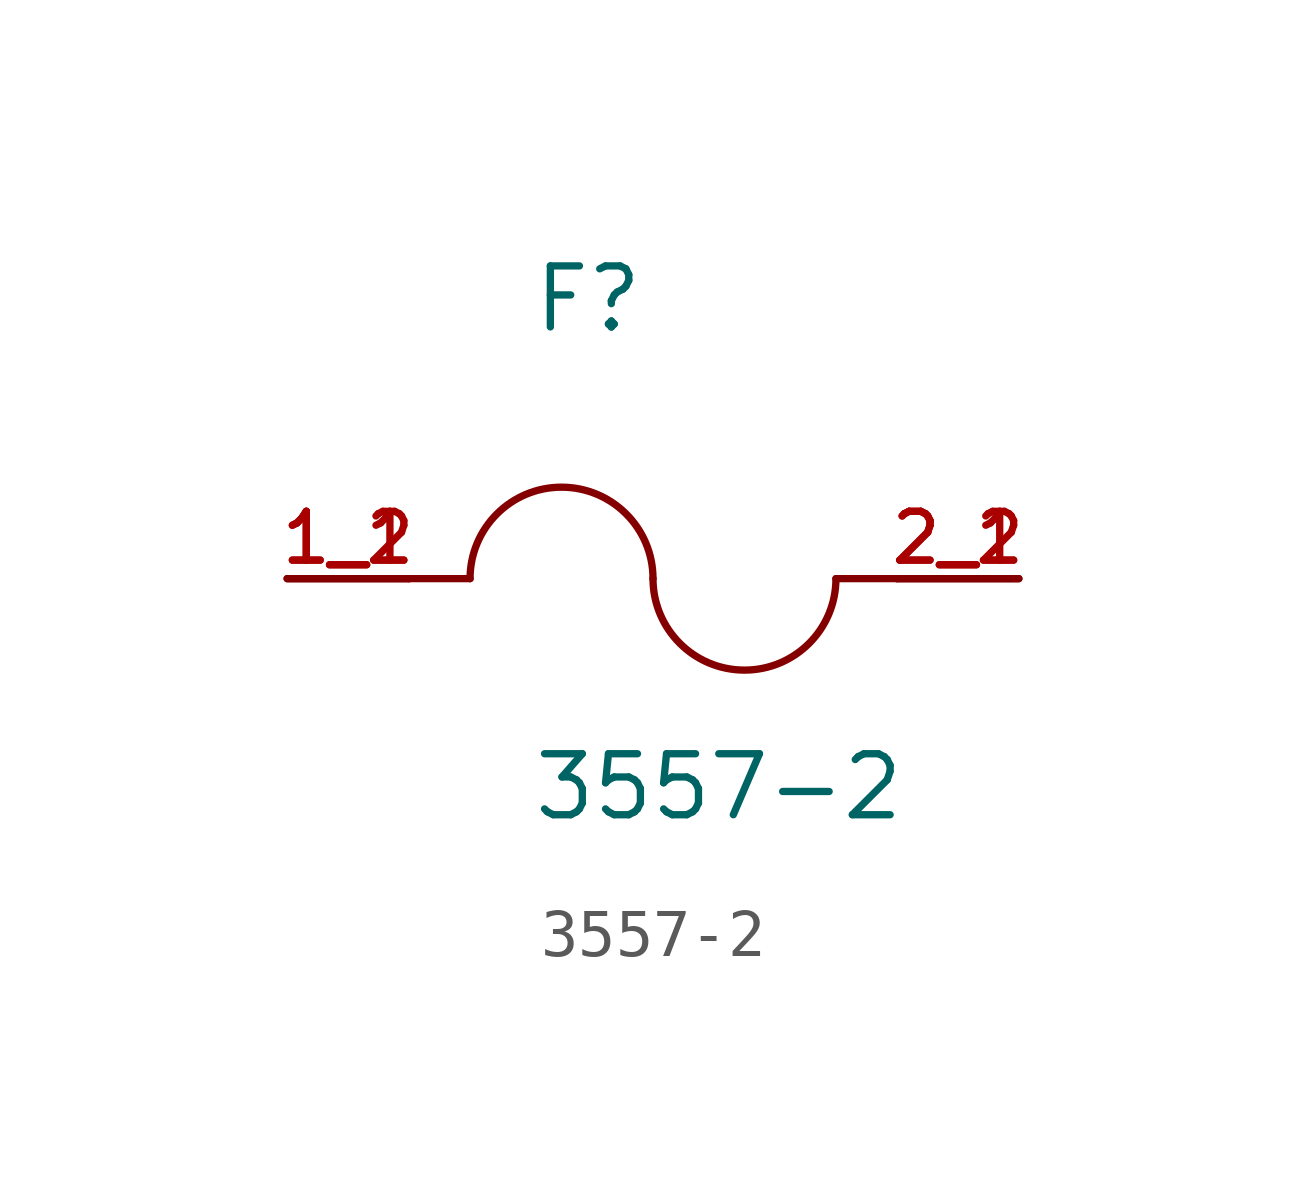
<source format=kicad_sym>
(kicad_symbol_lib
  (version 20211014)
  (generator kicad_symbol_editor)
  (symbol "3557-2"
    (pin_names
      (offset 1.016))
    (property "Reference" "F"
      (at -2.54 5.08 0)
      (effects (font (size 1.27 1.27)) (justify bottom left)))
    (property "Value" "3557-2"
      (at -2.54 -5.08 0)
      (effects (font (size 1.27 1.27)) (justify bottom left)))
    (symbol "3557-2_0_0"
      (arc (start 0.0 0.0) (mid -1.905 1.905) (end -3.81 0.0) (stroke (width 0.1524) (type default) (color 0 0 0 0)) (fill (type none)))
      (arc (start 3.81 0.0) (mid 1.905 -1.905) (end 0.0 0.0) (stroke (width 0.1524) (type default) (color 0 0 0 0)) (fill (type none)))
      (polyline (pts (xy 5.08 0.0) (xy 3.81 0.0)) (stroke (width 0.152)))
      (polyline (pts (xy -5.08 0.0) (xy -3.81 0.0)) (stroke (width 0.152)))
      (pin passive line (at -7.62 0.0 0) (length 2.54) (name "~" (effects (font (size 1.016 1.016)))) (number "1_1" (effects (font (size 1.016 1.016)))))
      (pin passive line (at -7.62 0.0 0) (length 2.54) (name "~" (effects (font (size 1.016 1.016)))) (number "1_2" (effects (font (size 1.016 1.016)))))
      (pin passive line (at 7.62 0.0 180.0) (length 2.54) (name "~" (effects (font (size 1.016 1.016)))) (number "2_1" (effects (font (size 1.016 1.016)))))
      (pin passive line (at 7.62 0.0 180.0) (length 2.54) (name "~" (effects (font (size 1.016 1.016)))) (number "2_2" (effects (font (size 1.016 1.016))))))))
</source>
